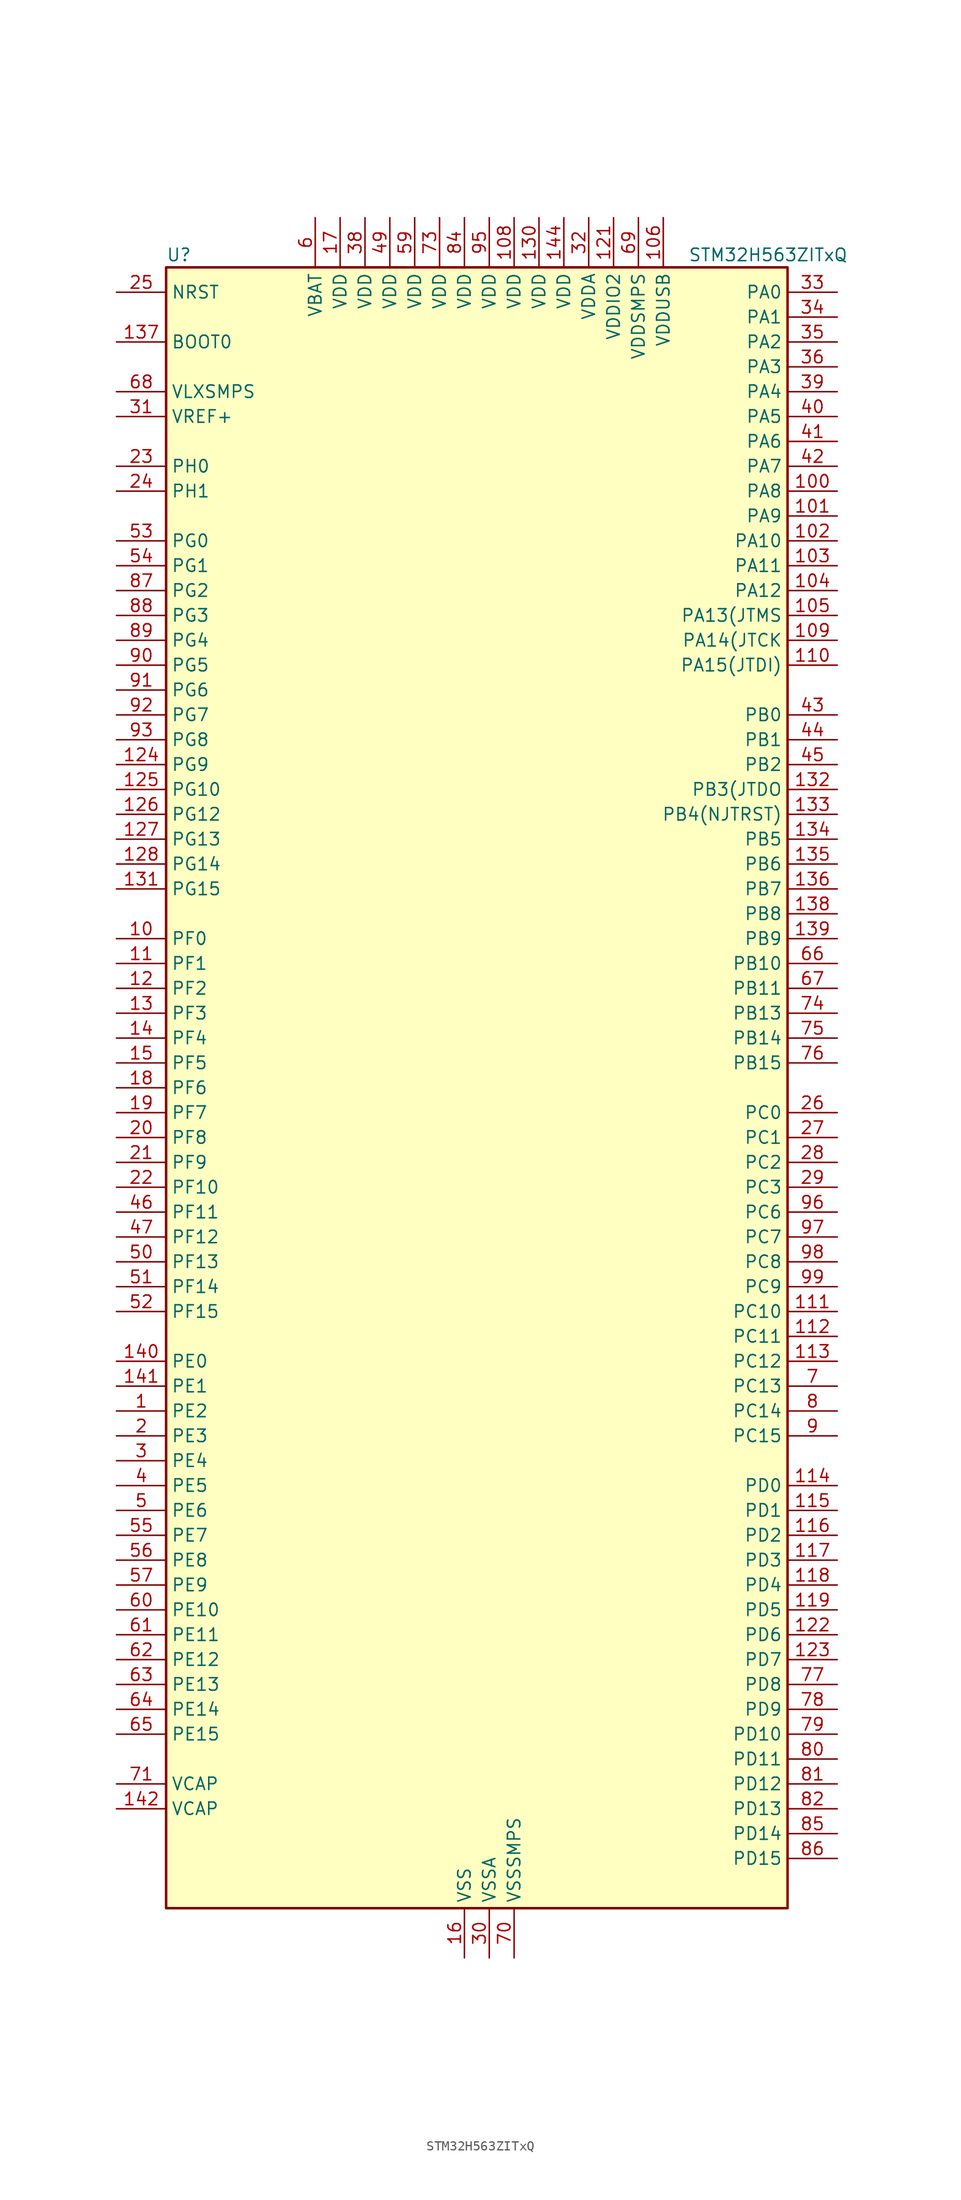
<source format=kicad_sym>
(kicad_symbol_lib
  (version 20231120)
  (generator "kicad-library-utils")
  (generator_version "8.0")
  (symbol "STM32H563ZITxQ"
    (property "Reference" "U"
      (at -30.48 85.09 0)
      (effects (font (size 1.27 1.27)) (justify left)))
    (property "Value" "STM32H563ZITxQ"
      (at 22.86 85.09 0)
      (effects (font (size 1.27 1.27)) (justify left)))
    (symbol "STM32H563ZITxQ_0_1"
      (rectangle (start -30.48 -83.82) (end 33.02 83.82) (stroke (width 0.254) (type default)) (fill (type background))))
    (symbol "STM32H563ZITxQ_1_1"
      (pin bidirectional line (at -35.56 -33.02 0) (length 5.08) (name "PE2" (effects (font (size 1.27 1.27)))) (number "1" (effects (font (size 1.27 1.27)))) (alternate "DCMI_D3" bidirectional line) (alternate "DEBUG_TRACECLK" bidirectional line) (alternate "ETH_TXD3" bidirectional line) (alternate "FMC_A23" bidirectional line) (alternate "LPTIM1_IN2" bidirectional line) (alternate "OCTOSPI1_IO2" bidirectional line) (alternate "PSSI_D3" bidirectional line) (alternate "SAI1_CK1" bidirectional line) (alternate "SAI1_MCLK_A" bidirectional line) (alternate "SPI4_SCK" bidirectional line) (alternate "UART8_TX" bidirectional line) (alternate "USART10_RX" bidirectional line))
      (pin bidirectional line (at -35.56 15.24 0) (length 5.08) (name "PF0" (effects (font (size 1.27 1.27)))) (number "10" (effects (font (size 1.27 1.27)))) (alternate "FMC_A0" bidirectional line) (alternate "I2C2_SDA" bidirectional line) (alternate "LPTIM5_CH1" bidirectional line))
      (pin bidirectional line (at 38.1 60.96 180) (length 5.08) (name "PA8" (effects (font (size 1.27 1.27)))) (number "100" (effects (font (size 1.27 1.27)))) (alternate "DCMI_D3" bidirectional line) (alternate "FMC_NOE" bidirectional line) (alternate "I2C3_SCL" bidirectional line) (alternate "PSSI_D3" bidirectional line) (alternate "RCC_MCO_1" bidirectional line) (alternate "SPI1_RDY" bidirectional line) (alternate "TIM1_CH1" bidirectional line) (alternate "TIM8_BKIN2" bidirectional line) (alternate "UART7_RX" bidirectional line) (alternate "USART1_CK" bidirectional line) (alternate "USB_SOF" bidirectional line))
      (pin bidirectional line (at 38.1 58.42 180) (length 5.08) (name "PA9" (effects (font (size 1.27 1.27)))) (number "101" (effects (font (size 1.27 1.27)))) (alternate "DAC1_EXTI9" bidirectional line) (alternate "DCMI_D0" bidirectional line) (alternate "ETH_TX_ER" bidirectional line) (alternate "FMC_NWE" bidirectional line) (alternate "I2C3_SMBA" bidirectional line) (alternate "I2S2_CK" bidirectional line) (alternate "LPUART1_TX" bidirectional line) (alternate "PSSI_D0" bidirectional line) (alternate "SPI2_SCK" bidirectional line) (alternate "TIM1_CH2" bidirectional line) (alternate "UCPD1_DB1" bidirectional line) (alternate "USART1_TX" bidirectional line))
      (pin bidirectional line (at 38.1 55.88 180) (length 5.08) (name "PA10" (effects (font (size 1.27 1.27)))) (number "102" (effects (font (size 1.27 1.27)))) (alternate "DCMI_D1" bidirectional line) (alternate "FDCAN2_TX" bidirectional line) (alternate "LPTIM2_IN2" bidirectional line) (alternate "LPUART1_RX" bidirectional line) (alternate "PSSI_D1" bidirectional line) (alternate "SDMMC1_D0" bidirectional line) (alternate "TIM1_CH3" bidirectional line) (alternate "UCPD1_FRSTX" bidirectional line) (alternate "USART1_RX" bidirectional line))
      (pin bidirectional line (at 38.1 53.34 180) (length 5.08) (name "PA11" (effects (font (size 1.27 1.27)))) (number "103" (effects (font (size 1.27 1.27)))) (alternate "ADC1_EXTI11" bidirectional line) (alternate "ADC2_EXTI11" bidirectional line) (alternate "FDCAN1_RX" bidirectional line) (alternate "I2S2_WS" bidirectional line) (alternate "LPUART1_CTS" bidirectional line) (alternate "SPI2_NSS" bidirectional line) (alternate "TIM1_CH4" bidirectional line) (alternate "UART4_RX" bidirectional line) (alternate "USART1_CTS" bidirectional line) (alternate "USART1_NSS" bidirectional line) (alternate "USB_DM" bidirectional line))
      (pin bidirectional line (at 38.1 50.8 180) (length 5.08) (name "PA12" (effects (font (size 1.27 1.27)))) (number "104" (effects (font (size 1.27 1.27)))) (alternate "FDCAN1_TX" bidirectional line) (alternate "I2S2_CK" bidirectional line) (alternate "LPUART1_RTS" bidirectional line) (alternate "SAI2_FS_B" bidirectional line) (alternate "SPI2_SCK" bidirectional line) (alternate "TIM1_ETR" bidirectional line) (alternate "UART4_TX" bidirectional line) (alternate "USART1_RTS" bidirectional line) (alternate "USB_DP" bidirectional line))
      (pin bidirectional line (at 38.1 48.26 180) (length 5.08) (name "PA13(JTMS" (effects (font (size 1.27 1.27)))) (number "105" (effects (font (size 1.27 1.27)))) (alternate "DEBUG_JTMS-SWDIO" bidirectional line))
      (pin power_in line (at 20.32 88.9 270) (length 5.08) (name "VDDUSB" (effects (font (size 1.27 1.27)))) (number "106" (effects (font (size 1.27 1.27)))))
      (pin passive line (at 0 -88.9 90) (length 5.08) hide (name "VSS" (effects (font (size 1.27 1.27)))) (number "107" (effects (font (size 1.27 1.27)))))
      (pin power_in line (at 5.08 88.9 270) (length 5.08) (name "VDD" (effects (font (size 1.27 1.27)))) (number "108" (effects (font (size 1.27 1.27)))))
      (pin bidirectional line (at 38.1 45.72 180) (length 5.08) (name "PA14(JTCK" (effects (font (size 1.27 1.27)))) (number "109" (effects (font (size 1.27 1.27)))) (alternate "DEBUG_JTCK-SWCLK" bidirectional line))
      (pin bidirectional line (at -35.56 12.7 0) (length 5.08) (name "PF1" (effects (font (size 1.27 1.27)))) (number "11" (effects (font (size 1.27 1.27)))) (alternate "FMC_A1" bidirectional line) (alternate "I2C2_SCL" bidirectional line) (alternate "LPTIM5_CH2" bidirectional line))
      (pin bidirectional line (at 38.1 43.18 180) (length 5.08) (name "PA15(JTDI)" (effects (font (size 1.27 1.27)))) (number "110" (effects (font (size 1.27 1.27)))) (alternate "ADC1_EXTI15" bidirectional line) (alternate "ADC2_EXTI15" bidirectional line) (alternate "CEC" bidirectional line) (alternate "DCMI_D11" bidirectional line) (alternate "DEBUG_JTDI" bidirectional line) (alternate "FMC_NBL1" bidirectional line) (alternate "I2S1_WS" bidirectional line) (alternate "I2S3_WS" bidirectional line) (alternate "LPTIM3_IN2" bidirectional line) (alternate "PSSI_D11" bidirectional line) (alternate "SPI1_NSS" bidirectional line) (alternate "SPI3_NSS" bidirectional line) (alternate "SPI6_NSS" bidirectional line) (alternate "TIM2_CH1" bidirectional line) (alternate "TIM2_ETR" bidirectional line) (alternate "UART4_DE" bidirectional line) (alternate "UART4_RTS" bidirectional line) (alternate "UART7_TX" bidirectional line))
      (pin bidirectional line (at 38.1 -22.86 180) (length 5.08) (name "PC10" (effects (font (size 1.27 1.27)))) (number "111" (effects (font (size 1.27 1.27)))) (alternate "DCMI_D8" bidirectional line) (alternate "ETH_TXD0" bidirectional line) (alternate "I2S3_CK" bidirectional line) (alternate "LPTIM3_ETR" bidirectional line) (alternate "OCTOSPI1_IO1" bidirectional line) (alternate "PSSI_D8" bidirectional line) (alternate "SDMMC1_D2" bidirectional line) (alternate "SPI3_SCK" bidirectional line) (alternate "UART4_TX" bidirectional line) (alternate "USART3_TX" bidirectional line))
      (pin bidirectional line (at 38.1 -25.4 180) (length 5.08) (name "PC11" (effects (font (size 1.27 1.27)))) (number "112" (effects (font (size 1.27 1.27)))) (alternate "ADC1_EXTI11" bidirectional line) (alternate "ADC2_EXTI11" bidirectional line) (alternate "DCMI_D4" bidirectional line) (alternate "I2S3_SDI" bidirectional line) (alternate "LPTIM3_IN1" bidirectional line) (alternate "OCTOSPI1_NCS" bidirectional line) (alternate "PSSI_D4" bidirectional line) (alternate "SDMMC1_D3" bidirectional line) (alternate "SPI3_MISO" bidirectional line) (alternate "UART4_RX" bidirectional line) (alternate "USART3_RX" bidirectional line))
      (pin bidirectional line (at 38.1 -27.94 180) (length 5.08) (name "PC12" (effects (font (size 1.27 1.27)))) (number "113" (effects (font (size 1.27 1.27)))) (alternate "DCMI_D9" bidirectional line) (alternate "DEBUG_TRACED3" bidirectional line) (alternate "I2S3_SDO" bidirectional line) (alternate "PSSI_D9" bidirectional line) (alternate "SDMMC1_CK" bidirectional line) (alternate "SPI3_MOSI" bidirectional line) (alternate "SPI6_SCK" bidirectional line) (alternate "TIM15_CH1" bidirectional line) (alternate "UART5_TX" bidirectional line) (alternate "USART3_CK" bidirectional line))
      (pin bidirectional line (at 38.1 -40.64 180) (length 5.08) (name "PD0" (effects (font (size 1.27 1.27)))) (number "114" (effects (font (size 1.27 1.27)))) (alternate "FDCAN1_RX" bidirectional line) (alternate "FMC_D2" bidirectional line) (alternate "FMC_DA2" bidirectional line) (alternate "TIM8_CH4N" bidirectional line) (alternate "UART4_RX" bidirectional line) (alternate "UART9_CTS" bidirectional line))
      (pin bidirectional line (at 38.1 -43.18 180) (length 5.08) (name "PD1" (effects (font (size 1.27 1.27)))) (number "115" (effects (font (size 1.27 1.27)))) (alternate "FDCAN1_TX" bidirectional line) (alternate "FMC_D3" bidirectional line) (alternate "FMC_DA3" bidirectional line) (alternate "UART4_TX" bidirectional line))
      (pin bidirectional line (at 38.1 -45.72 180) (length 5.08) (name "PD2" (effects (font (size 1.27 1.27)))) (number "116" (effects (font (size 1.27 1.27)))) (alternate "DCMI_D11" bidirectional line) (alternate "DEBUG_TRACED2" bidirectional line) (alternate "LPTIM4_ETR" bidirectional line) (alternate "PSSI_D11" bidirectional line) (alternate "PWR_WKUP7" bidirectional line) (alternate "SDMMC1_CMD" bidirectional line) (alternate "TIM15_BKIN" bidirectional line) (alternate "TIM3_ETR" bidirectional line) (alternate "UART5_RX" bidirectional line))
      (pin bidirectional line (at 38.1 -48.26 180) (length 5.08) (name "PD3" (effects (font (size 1.27 1.27)))) (number "117" (effects (font (size 1.27 1.27)))) (alternate "DCMI_D5" bidirectional line) (alternate "FMC_CLK" bidirectional line) (alternate "I2S2_CK" bidirectional line) (alternate "PSSI_D5" bidirectional line) (alternate "PWR_WKUP8" bidirectional line) (alternate "SPI2_SCK" bidirectional line) (alternate "USART2_CTS" bidirectional line) (alternate "USART2_NSS" bidirectional line))
      (pin bidirectional line (at 38.1 -50.8 180) (length 5.08) (name "PD4" (effects (font (size 1.27 1.27)))) (number "118" (effects (font (size 1.27 1.27)))) (alternate "FMC_NOE" bidirectional line) (alternate "OCTOSPI1_IO4" bidirectional line) (alternate "USART2_RTS" bidirectional line))
      (pin bidirectional line (at 38.1 -53.34 180) (length 5.08) (name "PD5" (effects (font (size 1.27 1.27)))) (number "119" (effects (font (size 1.27 1.27)))) (alternate "FDCAN1_TX" bidirectional line) (alternate "FMC_NWE" bidirectional line) (alternate "OCTOSPI1_IO5" bidirectional line) (alternate "SPI2_RDY" bidirectional line) (alternate "TIM1_CH4N" bidirectional line) (alternate "USART2_TX" bidirectional line))
      (pin bidirectional line (at -35.56 10.16 0) (length 5.08) (name "PF2" (effects (font (size 1.27 1.27)))) (number "12" (effects (font (size 1.27 1.27)))) (alternate "FMC_A2" bidirectional line) (alternate "I2C2_SMBA" bidirectional line) (alternate "LPTIM3_CH2" bidirectional line) (alternate "LPTIM3_IN2" bidirectional line) (alternate "LPTIM5_IN1" bidirectional line) (alternate "UART12_TX" bidirectional line) (alternate "USART11_CK" bidirectional line))
      (pin passive line (at 0 -88.9 90) (length 5.08) hide (name "VSS" (effects (font (size 1.27 1.27)))) (number "120" (effects (font (size 1.27 1.27)))))
      (pin power_in line (at 15.24 88.9 270) (length 5.08) (name "VDDIO2" (effects (font (size 1.27 1.27)))) (number "121" (effects (font (size 1.27 1.27)))))
      (pin bidirectional line (at 38.1 -55.88 180) (length 5.08) (name "PD6" (effects (font (size 1.27 1.27)))) (number "122" (effects (font (size 1.27 1.27)))) (alternate "DCMI_D10" bidirectional line) (alternate "FMC_NWAIT" bidirectional line) (alternate "I2S3_SDO" bidirectional line) (alternate "OCTOSPI1_IO6" bidirectional line) (alternate "PSSI_D10" bidirectional line) (alternate "SAI1_D1" bidirectional line) (alternate "SAI1_SD_A" bidirectional line) (alternate "SDMMC2_CK" bidirectional line) (alternate "SPI3_MOSI" bidirectional line) (alternate "USART2_RX" bidirectional line))
      (pin bidirectional line (at 38.1 -58.42 180) (length 5.08) (name "PD7" (effects (font (size 1.27 1.27)))) (number "123" (effects (font (size 1.27 1.27)))) (alternate "FMC_NCE" bidirectional line) (alternate "FMC_NE1" bidirectional line) (alternate "I2S1_SDO" bidirectional line) (alternate "LPTIM4_OUT" bidirectional line) (alternate "OCTOSPI1_IO7" bidirectional line) (alternate "SDMMC2_CMD" bidirectional line) (alternate "SPI1_MOSI" bidirectional line) (alternate "USART2_CK" bidirectional line))
      (pin bidirectional line (at -35.56 33.02 0) (length 5.08) (name "PG9" (effects (font (size 1.27 1.27)))) (number "124" (effects (font (size 1.27 1.27)))) (alternate "DAC1_EXTI9" bidirectional line) (alternate "DCMI_VSYNC" bidirectional line) (alternate "FMC_NCE" bidirectional line) (alternate "FMC_NE2" bidirectional line) (alternate "I2S1_SDI" bidirectional line) (alternate "OCTOSPI1_IO6" bidirectional line) (alternate "PSSI_RDY" bidirectional line) (alternate "SAI2_FS_B" bidirectional line) (alternate "SDMMC2_D0" bidirectional line) (alternate "SPI1_MISO" bidirectional line) (alternate "USART6_RX" bidirectional line))
      (pin bidirectional line (at -35.56 30.48 0) (length 5.08) (name "PG10" (effects (font (size 1.27 1.27)))) (number "125" (effects (font (size 1.27 1.27)))) (alternate "DCMI_D2" bidirectional line) (alternate "FMC_NE3" bidirectional line) (alternate "I2S1_WS" bidirectional line) (alternate "PSSI_D2" bidirectional line) (alternate "SAI2_SD_B" bidirectional line) (alternate "SDMMC2_D1" bidirectional line) (alternate "SPI1_NSS" bidirectional line))
      (pin bidirectional line (at -35.56 27.94 0) (length 5.08) (name "PG12" (effects (font (size 1.27 1.27)))) (number "126" (effects (font (size 1.27 1.27)))) (alternate "DCMI_D11" bidirectional line) (alternate "ETH_TXD1" bidirectional line) (alternate "FMC_NE4" bidirectional line) (alternate "LPTIM1_IN1" bidirectional line) (alternate "LPTIM5_CH1" bidirectional line) (alternate "PSSI_D11" bidirectional line) (alternate "PSSI_D15" bidirectional line) (alternate "SDMMC2_D3" bidirectional line) (alternate "SPI6_MISO" bidirectional line) (alternate "USART10_TX" bidirectional line) (alternate "USART6_RTS" bidirectional line))
      (pin bidirectional line (at -35.56 25.4 0) (length 5.08) (name "PG13" (effects (font (size 1.27 1.27)))) (number "127" (effects (font (size 1.27 1.27)))) (alternate "DEBUG_TRACED0" bidirectional line) (alternate "ETH_TXD0" bidirectional line) (alternate "FMC_A24" bidirectional line) (alternate "LPTIM1_CH1" bidirectional line) (alternate "LPTIM5_CH2" bidirectional line) (alternate "SDMMC2_D6" bidirectional line) (alternate "SPI6_SCK" bidirectional line) (alternate "USART10_CTS" bidirectional line) (alternate "USART10_NSS" bidirectional line) (alternate "USART6_CTS" bidirectional line) (alternate "USART6_NSS" bidirectional line))
      (pin bidirectional line (at -35.56 22.86 0) (length 5.08) (name "PG14" (effects (font (size 1.27 1.27)))) (number "128" (effects (font (size 1.27 1.27)))) (alternate "DEBUG_TRACED1" bidirectional line) (alternate "ETH_TXD1" bidirectional line) (alternate "FMC_A25" bidirectional line) (alternate "LPTIM1_CH2" bidirectional line) (alternate "LPTIM1_ETR" bidirectional line) (alternate "LPTIM5_IN1" bidirectional line) (alternate "OCTOSPI1_IO7" bidirectional line) (alternate "SDMMC2_D7" bidirectional line) (alternate "SPI6_MOSI" bidirectional line) (alternate "USART10_RTS" bidirectional line) (alternate "USART6_TX" bidirectional line))
      (pin passive line (at 0 -88.9 90) (length 5.08) hide (name "VSS" (effects (font (size 1.27 1.27)))) (number "129" (effects (font (size 1.27 1.27)))))
      (pin bidirectional line (at -35.56 7.62 0) (length 5.08) (name "PF3" (effects (font (size 1.27 1.27)))) (number "13" (effects (font (size 1.27 1.27)))) (alternate "FMC_A3" bidirectional line) (alternate "LPTIM3_IN1" bidirectional line) (alternate "LPTIM5_IN2" bidirectional line) (alternate "USART11_TX" bidirectional line))
      (pin power_in line (at 7.62 88.9 270) (length 5.08) (name "VDD" (effects (font (size 1.27 1.27)))) (number "130" (effects (font (size 1.27 1.27)))))
      (pin bidirectional line (at -35.56 20.32 0) (length 5.08) (name "PG15" (effects (font (size 1.27 1.27)))) (number "131" (effects (font (size 1.27 1.27)))) (alternate "ADC1_EXTI15" bidirectional line) (alternate "ADC2_EXTI15" bidirectional line) (alternate "DCMI_D13" bidirectional line) (alternate "FMC_SDNCAS" bidirectional line) (alternate "PSSI_D13" bidirectional line) (alternate "SPI4_RDY" bidirectional line) (alternate "USART10_CK" bidirectional line) (alternate "USART6_CTS" bidirectional line) (alternate "USART6_NSS" bidirectional line))
      (pin bidirectional line (at 38.1 30.48 180) (length 5.08) (name "PB3(JTDO" (effects (font (size 1.27 1.27)))) (number "132" (effects (font (size 1.27 1.27)))) (alternate "CRS_SYNC" bidirectional line) (alternate "DEBUG_JTDO-SWO" bidirectional line) (alternate "I2C2_SDA" bidirectional line) (alternate "I2S1_CK" bidirectional line) (alternate "I2S3_CK" bidirectional line) (alternate "LPTIM6_ETR" bidirectional line) (alternate "SDMMC2_D2" bidirectional line) (alternate "SPI1_SCK" bidirectional line) (alternate "SPI3_SCK" bidirectional line) (alternate "SPI6_SCK" bidirectional line) (alternate "TIM2_CH2" bidirectional line) (alternate "UART12_CTS" bidirectional line) (alternate "UART7_RX" bidirectional line))
      (pin bidirectional line (at 38.1 27.94 180) (length 5.08) (name "PB4(NJTRST)" (effects (font (size 1.27 1.27)))) (number "133" (effects (font (size 1.27 1.27)))) (alternate "DCMI_D7" bidirectional line) (alternate "DEBUG_JTRST" bidirectional line) (alternate "I2S1_SDI" bidirectional line) (alternate "I2S2_WS" bidirectional line) (alternate "I2S3_SDI" bidirectional line) (alternate "LPTIM1_CH2" bidirectional line) (alternate "OCTOSPI1_CLK" bidirectional line) (alternate "PSSI_D7" bidirectional line) (alternate "SDMMC2_D3" bidirectional line) (alternate "SPI1_MISO" bidirectional line) (alternate "SPI2_NSS" bidirectional line) (alternate "SPI3_MISO" bidirectional line) (alternate "SPI6_MISO" bidirectional line) (alternate "TIM16_BKIN" bidirectional line) (alternate "TIM3_CH1" bidirectional line) (alternate "UART7_TX" bidirectional line))
      (pin bidirectional line (at 38.1 25.4 180) (length 5.08) (name "PB5" (effects (font (size 1.27 1.27)))) (number "134" (effects (font (size 1.27 1.27)))) (alternate "DCMI_D10" bidirectional line) (alternate "ETH_PPS_OUT" bidirectional line) (alternate "FDCAN2_RX" bidirectional line) (alternate "FMC_SDCKE1" bidirectional line) (alternate "I2C1_SMBA" bidirectional line) (alternate "I2C4_SMBA" bidirectional line) (alternate "I2S1_SDO" bidirectional line) (alternate "I2S3_SDO" bidirectional line) (alternate "OCTOSPI1_NCLK" bidirectional line) (alternate "PSSI_D10" bidirectional line) (alternate "SPI1_MOSI" bidirectional line) (alternate "SPI3_MOSI" bidirectional line) (alternate "SPI6_MOSI" bidirectional line) (alternate "TIM17_BKIN" bidirectional line) (alternate "TIM3_CH2" bidirectional line) (alternate "UART5_RX" bidirectional line))
      (pin bidirectional line (at 38.1 22.86 180) (length 5.08) (name "PB6" (effects (font (size 1.27 1.27)))) (number "135" (effects (font (size 1.27 1.27)))) (alternate "CEC" bidirectional line) (alternate "DCMI_D5" bidirectional line) (alternate "FDCAN2_TX" bidirectional line) (alternate "FMC_SDNE1" bidirectional line) (alternate "I2C1_SCL" bidirectional line) (alternate "I2C4_SCL" bidirectional line) (alternate "I3C1_SCL" bidirectional line) (alternate "LPUART1_TX" bidirectional line) (alternate "OCTOSPI1_NCS" bidirectional line) (alternate "PSSI_D5" bidirectional line) (alternate "TIM16_CH1N" bidirectional line) (alternate "TIM4_CH1" bidirectional line) (alternate "UART5_TX" bidirectional line) (alternate "USART1_TX" bidirectional line))
      (pin bidirectional line (at 38.1 20.32 180) (length 5.08) (name "PB7" (effects (font (size 1.27 1.27)))) (number "136" (effects (font (size 1.27 1.27)))) (alternate "DCMI_VSYNC" bidirectional line) (alternate "FDCAN1_TX" bidirectional line) (alternate "FMC_NL" bidirectional line) (alternate "I2C1_SDA" bidirectional line) (alternate "I2C4_SDA" bidirectional line) (alternate "I3C1_SDA" bidirectional line) (alternate "LPUART1_RX" bidirectional line) (alternate "PSSI_RDY" bidirectional line) (alternate "PWR_WKUP5" bidirectional line) (alternate "SDMMC2_CKIN" bidirectional line) (alternate "SDMMC2_D5" bidirectional line) (alternate "TIM17_CH1N" bidirectional line) (alternate "TIM4_CH2" bidirectional line) (alternate "USART1_RX" bidirectional line))
      (pin input line (at -35.56 76.2 0) (length 5.08) (name "BOOT0" (effects (font (size 1.27 1.27)))) (number "137" (effects (font (size 1.27 1.27)))))
      (pin bidirectional line (at 38.1 17.78 180) (length 5.08) (name "PB8" (effects (font (size 1.27 1.27)))) (number "138" (effects (font (size 1.27 1.27)))) (alternate "DCMI_D6" bidirectional line) (alternate "ETH_TXD3" bidirectional line) (alternate "FDCAN1_RX" bidirectional line) (alternate "I2C1_SCL" bidirectional line) (alternate "I2C4_SCL" bidirectional line) (alternate "I3C1_SCL" bidirectional line) (alternate "PSSI_D6" bidirectional line) (alternate "SDMMC1_CKIN" bidirectional line) (alternate "SDMMC1_D4" bidirectional line) (alternate "SDMMC2_D4" bidirectional line) (alternate "SPI4_RDY" bidirectional line) (alternate "TIM16_CH1" bidirectional line) (alternate "TIM4_CH3" bidirectional line) (alternate "UART4_RX" bidirectional line))
      (pin bidirectional line (at 38.1 15.24 180) (length 5.08) (name "PB9" (effects (font (size 1.27 1.27)))) (number "139" (effects (font (size 1.27 1.27)))) (alternate "DAC1_EXTI9" bidirectional line) (alternate "DCMI_D7" bidirectional line) (alternate "FDCAN1_TX" bidirectional line) (alternate "I2C1_SDA" bidirectional line) (alternate "I2C4_SDA" bidirectional line) (alternate "I2S2_WS" bidirectional line) (alternate "I3C1_SDA" bidirectional line) (alternate "PSSI_D7" bidirectional line) (alternate "SDMMC1_CDIR" bidirectional line) (alternate "SDMMC1_D5" bidirectional line) (alternate "SDMMC2_CKIN" bidirectional line) (alternate "SDMMC2_D5" bidirectional line) (alternate "SPI2_NSS" bidirectional line) (alternate "TIM17_CH1" bidirectional line) (alternate "TIM4_CH4" bidirectional line) (alternate "UART4_TX" bidirectional line))
      (pin bidirectional line (at -35.56 5.08 0) (length 5.08) (name "PF4" (effects (font (size 1.27 1.27)))) (number "14" (effects (font (size 1.27 1.27)))) (alternate "FMC_A4" bidirectional line) (alternate "LPTIM3_ETR" bidirectional line) (alternate "USART11_RX" bidirectional line))
      (pin bidirectional line (at -35.56 -27.94 0) (length 5.08) (name "PE0" (effects (font (size 1.27 1.27)))) (number "140" (effects (font (size 1.27 1.27)))) (alternate "DCMI_D2" bidirectional line) (alternate "FDCAN1_RX" bidirectional line) (alternate "FMC_NBL0" bidirectional line) (alternate "LPTIM1_ETR" bidirectional line) (alternate "LPTIM2_CH2" bidirectional line) (alternate "LPTIM2_ETR" bidirectional line) (alternate "PSSI_D2" bidirectional line) (alternate "SAI2_MCLK_A" bidirectional line) (alternate "SPI3_RDY" bidirectional line) (alternate "TIM4_ETR" bidirectional line) (alternate "UART8_RX" bidirectional line))
      (pin bidirectional line (at -35.56 -30.48 0) (length 5.08) (name "PE1" (effects (font (size 1.27 1.27)))) (number "141" (effects (font (size 1.27 1.27)))) (alternate "DCMI_D3" bidirectional line) (alternate "FDCAN1_TX" bidirectional line) (alternate "FMC_NBL1" bidirectional line) (alternate "LPTIM1_IN2" bidirectional line) (alternate "PSSI_D3" bidirectional line) (alternate "UART8_TX" bidirectional line))
      (pin power_out line (at -35.56 -73.66 0) (length 5.08) (name "VCAP" (effects (font (size 1.27 1.27)))) (number "142" (effects (font (size 1.27 1.27)))))
      (pin passive line (at 0 -88.9 90) (length 5.08) hide (name "VSS" (effects (font (size 1.27 1.27)))) (number "143" (effects (font (size 1.27 1.27)))))
      (pin power_in line (at 10.16 88.9 270) (length 5.08) (name "VDD" (effects (font (size 1.27 1.27)))) (number "144" (effects (font (size 1.27 1.27)))))
      (pin bidirectional line (at -35.56 2.54 0) (length 5.08) (name "PF5" (effects (font (size 1.27 1.27)))) (number "15" (effects (font (size 1.27 1.27)))) (alternate "FMC_A5" bidirectional line) (alternate "I2C4_SCL" bidirectional line) (alternate "I3C1_SCL" bidirectional line) (alternate "LPTIM3_CH1" bidirectional line) (alternate "LPTIM3_IN1" bidirectional line) (alternate "UART12_RX" bidirectional line) (alternate "USART11_CTS" bidirectional line) (alternate "USART11_NSS" bidirectional line))
      (pin power_in line (at 0 -88.9 90) (length 5.08) (name "VSS" (effects (font (size 1.27 1.27)))) (number "16" (effects (font (size 1.27 1.27)))))
      (pin power_in line (at -12.7 88.9 270) (length 5.08) (name "VDD" (effects (font (size 1.27 1.27)))) (number "17" (effects (font (size 1.27 1.27)))))
      (pin bidirectional line (at -35.56 0 0) (length 5.08) (name "PF6" (effects (font (size 1.27 1.27)))) (number "18" (effects (font (size 1.27 1.27)))) (alternate "LPTIM5_CH1" bidirectional line) (alternate "OCTOSPI1_IO3" bidirectional line) (alternate "SAI1_SD_B" bidirectional line) (alternate "SPI5_NSS" bidirectional line) (alternate "TIM16_CH1" bidirectional line) (alternate "UART7_RX" bidirectional line))
      (pin bidirectional line (at -35.56 -2.54 0) (length 5.08) (name "PF7" (effects (font (size 1.27 1.27)))) (number "19" (effects (font (size 1.27 1.27)))) (alternate "LPTIM5_CH2" bidirectional line) (alternate "OCTOSPI1_IO2" bidirectional line) (alternate "SAI1_MCLK_B" bidirectional line) (alternate "SPI5_SCK" bidirectional line) (alternate "TIM17_CH1" bidirectional line) (alternate "UART7_TX" bidirectional line))
      (pin bidirectional line (at -35.56 -35.56 0) (length 5.08) (name "PE3" (effects (font (size 1.27 1.27)))) (number "2" (effects (font (size 1.27 1.27)))) (alternate "DEBUG_TRACED0" bidirectional line) (alternate "FMC_A19" bidirectional line) (alternate "SAI1_SD_B" bidirectional line) (alternate "TAMP_IN6" bidirectional line) (alternate "TAMP_OUT3" bidirectional line) (alternate "TIM15_BKIN" bidirectional line) (alternate "USART10_TX" bidirectional line))
      (pin bidirectional line (at -35.56 -5.08 0) (length 5.08) (name "PF8" (effects (font (size 1.27 1.27)))) (number "20" (effects (font (size 1.27 1.27)))) (alternate "LPTIM5_IN1" bidirectional line) (alternate "OCTOSPI1_IO0" bidirectional line) (alternate "SAI1_SCK_B" bidirectional line) (alternate "SPI5_MISO" bidirectional line) (alternate "TIM13_CH1" bidirectional line) (alternate "TIM16_CH1N" bidirectional line) (alternate "UART7_RTS" bidirectional line))
      (pin bidirectional line (at -35.56 -7.62 0) (length 5.08) (name "PF9" (effects (font (size 1.27 1.27)))) (number "21" (effects (font (size 1.27 1.27)))) (alternate "DAC1_EXTI9" bidirectional line) (alternate "LPTIM5_IN2" bidirectional line) (alternate "OCTOSPI1_IO1" bidirectional line) (alternate "SAI1_FS_B" bidirectional line) (alternate "SPI5_MOSI" bidirectional line) (alternate "TIM14_CH1" bidirectional line) (alternate "TIM17_CH1N" bidirectional line) (alternate "UART7_CTS" bidirectional line))
      (pin bidirectional line (at -35.56 -10.16 0) (length 5.08) (name "PF10" (effects (font (size 1.27 1.27)))) (number "22" (effects (font (size 1.27 1.27)))) (alternate "DCMI_D11" bidirectional line) (alternate "OCTOSPI1_CLK" bidirectional line) (alternate "PSSI_D11" bidirectional line) (alternate "PSSI_D15" bidirectional line) (alternate "SAI1_D3" bidirectional line) (alternate "TIM16_BKIN" bidirectional line))
      (pin bidirectional line (at -35.56 63.5 0) (length 5.08) (name "PH0" (effects (font (size 1.27 1.27)))) (number "23" (effects (font (size 1.27 1.27)))) (alternate "RCC_OSC_IN" bidirectional line))
      (pin bidirectional line (at -35.56 60.96 0) (length 5.08) (name "PH1" (effects (font (size 1.27 1.27)))) (number "24" (effects (font (size 1.27 1.27)))) (alternate "RCC_OSC_OUT" bidirectional line))
      (pin input line (at -35.56 81.28 0) (length 5.08) (name "NRST" (effects (font (size 1.27 1.27)))) (number "25" (effects (font (size 1.27 1.27)))))
      (pin bidirectional line (at 38.1 -2.54 180) (length 5.08) (name "PC0" (effects (font (size 1.27 1.27)))) (number "26" (effects (font (size 1.27 1.27)))) (alternate "ADC1_INP10" bidirectional line) (alternate "ADC2_INP10" bidirectional line) (alternate "FMC_A25" bidirectional line) (alternate "FMC_SDNWE" bidirectional line) (alternate "OCTOSPI1_IO7" bidirectional line) (alternate "SAI1_MCLK_A" bidirectional line) (alternate "SAI2_FS_B" bidirectional line) (alternate "SPI2_RDY" bidirectional line) (alternate "TIM16_BKIN" bidirectional line))
      (pin bidirectional line (at 38.1 -5.08 180) (length 5.08) (name "PC1" (effects (font (size 1.27 1.27)))) (number "27" (effects (font (size 1.27 1.27)))) (alternate "ADC1_INN10" bidirectional line) (alternate "ADC1_INP11" bidirectional line) (alternate "ADC2_INN10" bidirectional line) (alternate "ADC2_INP11" bidirectional line) (alternate "DEBUG_TRACED0" bidirectional line) (alternate "ETH_MDC" bidirectional line) (alternate "I2S2_SDO" bidirectional line) (alternate "OCTOSPI1_IO4" bidirectional line) (alternate "PWR_WKUP6" bidirectional line) (alternate "SAI1_D1" bidirectional line) (alternate "SAI1_SD_A" bidirectional line) (alternate "SAI2_SD_A" bidirectional line) (alternate "SDMMC2_CK" bidirectional line) (alternate "SPI2_MOSI" bidirectional line) (alternate "TAMP_IN3" bidirectional line) (alternate "TAMP_OUT5" bidirectional line) (alternate "USART11_RTS" bidirectional line))
      (pin bidirectional line (at 38.1 -7.62 180) (length 5.08) (name "PC2" (effects (font (size 1.27 1.27)))) (number "28" (effects (font (size 1.27 1.27)))) (alternate "ADC1_INN11" bidirectional line) (alternate "ADC1_INP12" bidirectional line) (alternate "ADC2_INN11" bidirectional line) (alternate "ADC2_INP12" bidirectional line) (alternate "ETH_TXD2" bidirectional line) (alternate "FMC_SDNE0" bidirectional line) (alternate "I2S2_SDI" bidirectional line) (alternate "OCTOSPI1_IO2" bidirectional line) (alternate "OCTOSPI1_IO5" bidirectional line) (alternate "PWR_CSLEEP" bidirectional line) (alternate "SPI2_MISO" bidirectional line) (alternate "TIM17_CH1" bidirectional line) (alternate "TIM4_CH4" bidirectional line))
      (pin bidirectional line (at 38.1 -10.16 180) (length 5.08) (name "PC3" (effects (font (size 1.27 1.27)))) (number "29" (effects (font (size 1.27 1.27)))) (alternate "ADC1_INN12" bidirectional line) (alternate "ADC1_INP13" bidirectional line) (alternate "ADC2_INN12" bidirectional line) (alternate "ADC2_INP13" bidirectional line) (alternate "ETH_TX_CLK" bidirectional line) (alternate "FMC_SDCKE0" bidirectional line) (alternate "I2S2_SDO" bidirectional line) (alternate "LPTIM3_CH1" bidirectional line) (alternate "OCTOSPI1_IO0" bidirectional line) (alternate "OCTOSPI1_IO6" bidirectional line) (alternate "PWR_CSTOP" bidirectional line) (alternate "SAI1_D3" bidirectional line) (alternate "SPI2_MOSI" bidirectional line))
      (pin bidirectional line (at -35.56 -38.1 0) (length 5.08) (name "PE4" (effects (font (size 1.27 1.27)))) (number "3" (effects (font (size 1.27 1.27)))) (alternate "DCMI_D4" bidirectional line) (alternate "DEBUG_TRACED1" bidirectional line) (alternate "FMC_A20" bidirectional line) (alternate "PSSI_D4" bidirectional line) (alternate "SAI1_D2" bidirectional line) (alternate "SAI1_FS_A" bidirectional line) (alternate "SPI4_NSS" bidirectional line) (alternate "TAMP_IN7" bidirectional line) (alternate "TAMP_OUT8" bidirectional line) (alternate "TIM15_CH1N" bidirectional line))
      (pin power_in line (at 2.54 -88.9 90) (length 5.08) (name "VSSA" (effects (font (size 1.27 1.27)))) (number "30" (effects (font (size 1.27 1.27)))))
      (pin input line (at -35.56 68.58 0) (length 5.08) (name "VREF+" (effects (font (size 1.27 1.27)))) (number "31" (effects (font (size 1.27 1.27)))))
      (pin power_in line (at 12.7 88.9 270) (length 5.08) (name "VDDA" (effects (font (size 1.27 1.27)))) (number "32" (effects (font (size 1.27 1.27)))))
      (pin bidirectional line (at 38.1 81.28 180) (length 5.08) (name "PA0" (effects (font (size 1.27 1.27)))) (number "33" (effects (font (size 1.27 1.27)))) (alternate "ADC1_INN1" bidirectional line) (alternate "ADC1_INP0" bidirectional line) (alternate "ADC2_INN1" bidirectional line) (alternate "ADC2_INP0" bidirectional line) (alternate "ETH_CRS" bidirectional line) (alternate "PWR_WKUP1" bidirectional line) (alternate "SAI2_SD_B" bidirectional line) (alternate "SDMMC2_CMD" bidirectional line) (alternate "SPI3_RDY" bidirectional line) (alternate "SPI6_NSS" bidirectional line) (alternate "TAMP_IN2" bidirectional line) (alternate "TAMP_OUT1" bidirectional line) (alternate "TIM15_BKIN" bidirectional line) (alternate "TIM2_CH1" bidirectional line) (alternate "TIM2_ETR" bidirectional line) (alternate "TIM5_CH1" bidirectional line) (alternate "TIM8_ETR" bidirectional line) (alternate "UART4_TX" bidirectional line) (alternate "USART2_CTS" bidirectional line) (alternate "USART2_NSS" bidirectional line))
      (pin bidirectional line (at 38.1 78.74 180) (length 5.08) (name "PA1" (effects (font (size 1.27 1.27)))) (number "34" (effects (font (size 1.27 1.27)))) (alternate "ADC1_INP1" bidirectional line) (alternate "ADC2_INP1" bidirectional line) (alternate "ETH_REF_CLK" bidirectional line) (alternate "ETH_RX_CLK" bidirectional line) (alternate "LPTIM1_IN1" bidirectional line) (alternate "OCTOSPI1_DQS" bidirectional line) (alternate "OCTOSPI1_IO3" bidirectional line) (alternate "SAI2_MCLK_B" bidirectional line) (alternate "TAMP_IN5" bidirectional line) (alternate "TAMP_OUT4" bidirectional line) (alternate "TIM15_CH1N" bidirectional line) (alternate "TIM2_CH2" bidirectional line) (alternate "TIM5_CH2" bidirectional line) (alternate "UART4_RX" bidirectional line) (alternate "USART2_RTS" bidirectional line))
      (pin bidirectional line (at 38.1 76.2 180) (length 5.08) (name "PA2" (effects (font (size 1.27 1.27)))) (number "35" (effects (font (size 1.27 1.27)))) (alternate "ADC1_INP14" bidirectional line) (alternate "ADC2_INP14" bidirectional line) (alternate "ETH_MDIO" bidirectional line) (alternate "LPTIM1_IN2" bidirectional line) (alternate "PWR_WKUP2" bidirectional line) (alternate "SAI2_SCK_B" bidirectional line) (alternate "TAMP_IN4" bidirectional line) (alternate "TAMP_OUT3" bidirectional line) (alternate "TIM15_CH1" bidirectional line) (alternate "TIM2_CH3" bidirectional line) (alternate "TIM5_CH3" bidirectional line) (alternate "USART2_TX" bidirectional line))
      (pin bidirectional line (at 38.1 73.66 180) (length 5.08) (name "PA3" (effects (font (size 1.27 1.27)))) (number "36" (effects (font (size 1.27 1.27)))) (alternate "ADC1_INP15" bidirectional line) (alternate "ADC2_INP15" bidirectional line) (alternate "ETH_COL" bidirectional line) (alternate "I2S2_WS" bidirectional line) (alternate "OCTOSPI1_CLK" bidirectional line) (alternate "SAI1_SD_B" bidirectional line) (alternate "SPI2_NSS" bidirectional line) (alternate "TIM15_CH2" bidirectional line) (alternate "TIM2_CH4" bidirectional line) (alternate "TIM5_CH4" bidirectional line) (alternate "USART2_RX" bidirectional line))
      (pin passive line (at 0 -88.9 90) (length 5.08) hide (name "VSS" (effects (font (size 1.27 1.27)))) (number "37" (effects (font (size 1.27 1.27)))))
      (pin power_in line (at -10.16 88.9 270) (length 5.08) (name "VDD" (effects (font (size 1.27 1.27)))) (number "38" (effects (font (size 1.27 1.27)))))
      (pin bidirectional line (at 38.1 71.12 180) (length 5.08) (name "PA4" (effects (font (size 1.27 1.27)))) (number "39" (effects (font (size 1.27 1.27)))) (alternate "ADC1_INP18" bidirectional line) (alternate "ADC2_INP18" bidirectional line) (alternate "DAC1_OUT1" bidirectional line) (alternate "DCMI_HSYNC" bidirectional line) (alternate "I2S1_WS" bidirectional line) (alternate "I2S3_WS" bidirectional line) (alternate "LPTIM2_CH1" bidirectional line) (alternate "PSSI_DE" bidirectional line) (alternate "SPI1_NSS" bidirectional line) (alternate "SPI3_NSS" bidirectional line) (alternate "SPI6_NSS" bidirectional line) (alternate "TIM5_ETR" bidirectional line) (alternate "USART2_CK" bidirectional line))
      (pin bidirectional line (at -35.56 -40.64 0) (length 5.08) (name "PE5" (effects (font (size 1.27 1.27)))) (number "4" (effects (font (size 1.27 1.27)))) (alternate "DCMI_D6" bidirectional line) (alternate "DEBUG_TRACED2" bidirectional line) (alternate "FMC_A21" bidirectional line) (alternate "PSSI_D6" bidirectional line) (alternate "SAI1_CK2" bidirectional line) (alternate "SAI1_SCK_A" bidirectional line) (alternate "SPI4_MISO" bidirectional line) (alternate "TAMP_IN8" bidirectional line) (alternate "TAMP_OUT7" bidirectional line) (alternate "TIM15_CH1" bidirectional line))
      (pin bidirectional line (at 38.1 68.58 180) (length 5.08) (name "PA5" (effects (font (size 1.27 1.27)))) (number "40" (effects (font (size 1.27 1.27)))) (alternate "ADC1_INN18" bidirectional line) (alternate "ADC1_INP19" bidirectional line) (alternate "ADC2_INN18" bidirectional line) (alternate "ADC2_INP19" bidirectional line) (alternate "DAC1_OUT2" bidirectional line) (alternate "ETH_TX_EN" bidirectional line) (alternate "I2S1_CK" bidirectional line) (alternate "PSSI_D14" bidirectional line) (alternate "SPI1_SCK" bidirectional line) (alternate "SPI6_SCK" bidirectional line) (alternate "TIM2_CH1" bidirectional line) (alternate "TIM2_ETR" bidirectional line) (alternate "TIM8_CH1N" bidirectional line))
      (pin bidirectional line (at 38.1 66.04 180) (length 5.08) (name "PA6" (effects (font (size 1.27 1.27)))) (number "41" (effects (font (size 1.27 1.27)))) (alternate "ADC1_INP3" bidirectional line) (alternate "ADC2_INP3" bidirectional line) (alternate "DCMI_PIXCLK" bidirectional line) (alternate "I2S1_SDI" bidirectional line) (alternate "OCTOSPI1_IO3" bidirectional line) (alternate "PSSI_PDCK" bidirectional line) (alternate "SPI1_MISO" bidirectional line) (alternate "SPI6_MISO" bidirectional line) (alternate "TIM13_CH1" bidirectional line) (alternate "TIM1_BKIN" bidirectional line) (alternate "TIM3_CH1" bidirectional line) (alternate "TIM8_BKIN" bidirectional line) (alternate "USART11_TX" bidirectional line))
      (pin bidirectional line (at 38.1 63.5 180) (length 5.08) (name "PA7" (effects (font (size 1.27 1.27)))) (number "42" (effects (font (size 1.27 1.27)))) (alternate "ADC1_INN3" bidirectional line) (alternate "ADC1_INP7" bidirectional line) (alternate "ADC2_INN3" bidirectional line) (alternate "ADC2_INP7" bidirectional line) (alternate "ETH_CRS_DV" bidirectional line) (alternate "ETH_RX_DV" bidirectional line) (alternate "FMC_NWE" bidirectional line) (alternate "FMC_SDNWE" bidirectional line) (alternate "I2S1_SDO" bidirectional line) (alternate "OCTOSPI1_IO2" bidirectional line) (alternate "SPI1_MOSI" bidirectional line) (alternate "SPI6_MOSI" bidirectional line) (alternate "TIM14_CH1" bidirectional line) (alternate "TIM1_CH1N" bidirectional line) (alternate "TIM3_CH2" bidirectional line) (alternate "TIM8_CH1N" bidirectional line) (alternate "USART11_RX" bidirectional line))
      (pin bidirectional line (at 38.1 38.1 180) (length 5.08) (name "PB0" (effects (font (size 1.27 1.27)))) (number "43" (effects (font (size 1.27 1.27)))) (alternate "ADC1_INN5" bidirectional line) (alternate "ADC1_INP9" bidirectional line) (alternate "ADC2_INN5" bidirectional line) (alternate "ADC2_INP9" bidirectional line) (alternate "ETH_RXD2" bidirectional line) (alternate "LPTIM3_CH1" bidirectional line) (alternate "OCTOSPI1_IO1" bidirectional line) (alternate "TIM1_CH2N" bidirectional line) (alternate "TIM3_CH3" bidirectional line) (alternate "TIM8_CH2N" bidirectional line) (alternate "UART4_CTS" bidirectional line) (alternate "USART11_CK" bidirectional line))
      (pin bidirectional line (at 38.1 35.56 180) (length 5.08) (name "PB1" (effects (font (size 1.27 1.27)))) (number "44" (effects (font (size 1.27 1.27)))) (alternate "ADC1_INP5" bidirectional line) (alternate "ADC2_INP5" bidirectional line) (alternate "ETH_RXD3" bidirectional line) (alternate "LPTIM3_CH2" bidirectional line) (alternate "OCTOSPI1_IO0" bidirectional line) (alternate "TIM1_CH3N" bidirectional line) (alternate "TIM3_CH4" bidirectional line) (alternate "TIM8_CH3N" bidirectional line))
      (pin bidirectional line (at 38.1 33.02 180) (length 5.08) (name "PB2" (effects (font (size 1.27 1.27)))) (number "45" (effects (font (size 1.27 1.27)))) (alternate "I2S3_SDO" bidirectional line) (alternate "LPTIM1_CH1" bidirectional line) (alternate "LPTIM5_ETR" bidirectional line) (alternate "OCTOSPI1_CLK" bidirectional line) (alternate "OCTOSPI1_DQS" bidirectional line) (alternate "RCC_LSCO" bidirectional line) (alternate "RTC_OUT2" bidirectional line) (alternate "SAI1_D1" bidirectional line) (alternate "SAI1_SD_A" bidirectional line) (alternate "SDMMC1_CMD" bidirectional line) (alternate "SPI1_RDY" bidirectional line) (alternate "SPI3_MOSI" bidirectional line) (alternate "TIM8_CH4N" bidirectional line))
      (pin bidirectional line (at -35.56 -12.7 0) (length 5.08) (name "PF11" (effects (font (size 1.27 1.27)))) (number "46" (effects (font (size 1.27 1.27)))) (alternate "ADC1_EXTI11" bidirectional line) (alternate "ADC1_INP2" bidirectional line) (alternate "ADC2_EXTI11" bidirectional line) (alternate "DCMI_D12" bidirectional line) (alternate "FMC_SDNRAS" bidirectional line) (alternate "LPTIM6_CH1" bidirectional line) (alternate "OCTOSPI1_NCLK" bidirectional line) (alternate "PSSI_D12" bidirectional line) (alternate "SAI2_SD_B" bidirectional line) (alternate "SPI5_MOSI" bidirectional line))
      (pin bidirectional line (at -35.56 -15.24 0) (length 5.08) (name "PF12" (effects (font (size 1.27 1.27)))) (number "47" (effects (font (size 1.27 1.27)))) (alternate "ADC1_INN2" bidirectional line) (alternate "ADC1_INP6" bidirectional line) (alternate "FMC_A6" bidirectional line) (alternate "LPTIM6_CH2" bidirectional line))
      (pin passive line (at 0 -88.9 90) (length 5.08) hide (name "VSS" (effects (font (size 1.27 1.27)))) (number "48" (effects (font (size 1.27 1.27)))))
      (pin power_in line (at -7.62 88.9 270) (length 5.08) (name "VDD" (effects (font (size 1.27 1.27)))) (number "49" (effects (font (size 1.27 1.27)))))
      (pin bidirectional line (at -35.56 -43.18 0) (length 5.08) (name "PE6" (effects (font (size 1.27 1.27)))) (number "5" (effects (font (size 1.27 1.27)))) (alternate "DCMI_D7" bidirectional line) (alternate "DEBUG_TRACED3" bidirectional line) (alternate "FMC_A22" bidirectional line) (alternate "PSSI_D7" bidirectional line) (alternate "SAI1_D1" bidirectional line) (alternate "SAI1_SD_A" bidirectional line) (alternate "SAI2_MCLK_B" bidirectional line) (alternate "SPI4_MOSI" bidirectional line) (alternate "TAMP_IN3" bidirectional line) (alternate "TAMP_OUT6" bidirectional line) (alternate "TIM15_CH2" bidirectional line) (alternate "TIM1_BKIN2" bidirectional line))
      (pin bidirectional line (at -35.56 -17.78 0) (length 5.08) (name "PF13" (effects (font (size 1.27 1.27)))) (number "50" (effects (font (size 1.27 1.27)))) (alternate "ADC2_INP2" bidirectional line) (alternate "FMC_A7" bidirectional line) (alternate "I2C4_SMBA" bidirectional line) (alternate "LPTIM6_IN1" bidirectional line))
      (pin bidirectional line (at -35.56 -20.32 0) (length 5.08) (name "PF14" (effects (font (size 1.27 1.27)))) (number "51" (effects (font (size 1.27 1.27)))) (alternate "ADC2_INN2" bidirectional line) (alternate "ADC2_INP6" bidirectional line) (alternate "FMC_A8" bidirectional line) (alternate "LPTIM6_IN2" bidirectional line))
      (pin bidirectional line (at -35.56 -22.86 0) (length 5.08) (name "PF15" (effects (font (size 1.27 1.27)))) (number "52" (effects (font (size 1.27 1.27)))) (alternate "ADC1_EXTI15" bidirectional line) (alternate "ADC2_EXTI15" bidirectional line) (alternate "FMC_A9" bidirectional line) (alternate "I2C4_SDA" bidirectional line) (alternate "I3C1_SDA" bidirectional line))
      (pin bidirectional line (at -35.56 55.88 0) (length 5.08) (name "PG0" (effects (font (size 1.27 1.27)))) (number "53" (effects (font (size 1.27 1.27)))) (alternate "FMC_A10" bidirectional line) (alternate "LPTIM4_IN1" bidirectional line) (alternate "UART9_RX" bidirectional line))
      (pin bidirectional line (at -35.56 53.34 0) (length 5.08) (name "PG1" (effects (font (size 1.27 1.27)))) (number "54" (effects (font (size 1.27 1.27)))) (alternate "FMC_A11" bidirectional line) (alternate "I2S2_SDO" bidirectional line) (alternate "SPI2_MOSI" bidirectional line) (alternate "UART9_TX" bidirectional line))
      (pin bidirectional line (at -35.56 -45.72 0) (length 5.08) (name "PE7" (effects (font (size 1.27 1.27)))) (number "55" (effects (font (size 1.27 1.27)))) (alternate "FMC_D4" bidirectional line) (alternate "FMC_DA4" bidirectional line) (alternate "OCTOSPI1_IO4" bidirectional line) (alternate "TIM1_ETR" bidirectional line) (alternate "UART12_RTS" bidirectional line) (alternate "UART7_RX" bidirectional line))
      (pin bidirectional line (at -35.56 -48.26 0) (length 5.08) (name "PE8" (effects (font (size 1.27 1.27)))) (number "56" (effects (font (size 1.27 1.27)))) (alternate "FMC_D5" bidirectional line) (alternate "FMC_DA5" bidirectional line) (alternate "OCTOSPI1_IO5" bidirectional line) (alternate "TIM1_CH1N" bidirectional line) (alternate "UART12_CTS" bidirectional line) (alternate "UART7_TX" bidirectional line))
      (pin bidirectional line (at -35.56 -50.8 0) (length 5.08) (name "PE9" (effects (font (size 1.27 1.27)))) (number "57" (effects (font (size 1.27 1.27)))) (alternate "DAC1_EXTI9" bidirectional line) (alternate "FMC_D6" bidirectional line) (alternate "FMC_DA6" bidirectional line) (alternate "OCTOSPI1_IO6" bidirectional line) (alternate "TIM1_CH1" bidirectional line) (alternate "UART12_RX" bidirectional line) (alternate "UART7_RTS" bidirectional line))
      (pin passive line (at 0 -88.9 90) (length 5.08) hide (name "VSS" (effects (font (size 1.27 1.27)))) (number "58" (effects (font (size 1.27 1.27)))))
      (pin power_in line (at -5.08 88.9 270) (length 5.08) (name "VDD" (effects (font (size 1.27 1.27)))) (number "59" (effects (font (size 1.27 1.27)))))
      (pin power_in line (at -15.24 88.9 270) (length 5.08) (name "VBAT" (effects (font (size 1.27 1.27)))) (number "6" (effects (font (size 1.27 1.27)))))
      (pin bidirectional line (at -35.56 -53.34 0) (length 5.08) (name "PE10" (effects (font (size 1.27 1.27)))) (number "60" (effects (font (size 1.27 1.27)))) (alternate "FMC_D7" bidirectional line) (alternate "FMC_DA7" bidirectional line) (alternate "OCTOSPI1_IO7" bidirectional line) (alternate "TIM1_CH2N" bidirectional line) (alternate "UART12_TX" bidirectional line) (alternate "UART7_CTS" bidirectional line))
      (pin bidirectional line (at -35.56 -55.88 0) (length 5.08) (name "PE11" (effects (font (size 1.27 1.27)))) (number "61" (effects (font (size 1.27 1.27)))) (alternate "ADC1_EXTI11" bidirectional line) (alternate "ADC2_EXTI11" bidirectional line) (alternate "FMC_D8" bidirectional line) (alternate "FMC_DA8" bidirectional line) (alternate "OCTOSPI1_NCS" bidirectional line) (alternate "SAI2_SD_B" bidirectional line) (alternate "SPI1_RDY" bidirectional line) (alternate "SPI4_NSS" bidirectional line) (alternate "TIM1_CH2" bidirectional line))
      (pin bidirectional line (at -35.56 -58.42 0) (length 5.08) (name "PE12" (effects (font (size 1.27 1.27)))) (number "62" (effects (font (size 1.27 1.27)))) (alternate "FMC_D9" bidirectional line) (alternate "FMC_DA9" bidirectional line) (alternate "SAI2_SCK_B" bidirectional line) (alternate "SPI4_SCK" bidirectional line) (alternate "TIM1_CH3N" bidirectional line))
      (pin bidirectional line (at -35.56 -60.96 0) (length 5.08) (name "PE13" (effects (font (size 1.27 1.27)))) (number "63" (effects (font (size 1.27 1.27)))) (alternate "FMC_D10" bidirectional line) (alternate "FMC_DA10" bidirectional line) (alternate "SAI2_FS_B" bidirectional line) (alternate "SPI4_MISO" bidirectional line) (alternate "TIM1_CH3" bidirectional line))
      (pin bidirectional line (at -35.56 -63.5 0) (length 5.08) (name "PE14" (effects (font (size 1.27 1.27)))) (number "64" (effects (font (size 1.27 1.27)))) (alternate "FMC_D11" bidirectional line) (alternate "FMC_DA11" bidirectional line) (alternate "SAI2_MCLK_B" bidirectional line) (alternate "SPI4_MOSI" bidirectional line) (alternate "TIM1_CH4" bidirectional line))
      (pin bidirectional line (at -35.56 -66.04 0) (length 5.08) (name "PE15" (effects (font (size 1.27 1.27)))) (number "65" (effects (font (size 1.27 1.27)))) (alternate "ADC1_EXTI15" bidirectional line) (alternate "ADC2_EXTI15" bidirectional line) (alternate "FMC_D12" bidirectional line) (alternate "FMC_DA12" bidirectional line) (alternate "TIM1_BKIN" bidirectional line) (alternate "TIM1_CH4N" bidirectional line) (alternate "USART10_CK" bidirectional line))
      (pin bidirectional line (at 38.1 12.7 180) (length 5.08) (name "PB10" (effects (font (size 1.27 1.27)))) (number "66" (effects (font (size 1.27 1.27)))) (alternate "ETH_RX_ER" bidirectional line) (alternate "I2C2_SCL" bidirectional line) (alternate "I2S2_CK" bidirectional line) (alternate "LPTIM2_IN1" bidirectional line) (alternate "LPTIM3_CH1" bidirectional line) (alternate "OCTOSPI1_NCS" bidirectional line) (alternate "SPI2_SCK" bidirectional line) (alternate "TIM2_CH3" bidirectional line) (alternate "USART3_TX" bidirectional line))
      (pin bidirectional line (at 38.1 10.16 180) (length 5.08) (name "PB11" (effects (font (size 1.27 1.27)))) (number "67" (effects (font (size 1.27 1.27)))) (alternate "ADC1_EXTI11" bidirectional line) (alternate "ADC2_EXTI11" bidirectional line) (alternate "ETH_TX_EN" bidirectional line) (alternate "FMC_NBL1" bidirectional line) (alternate "I2C2_SDA" bidirectional line) (alternate "LPTIM2_ETR" bidirectional line) (alternate "SPI2_RDY" bidirectional line) (alternate "SPI4_RDY" bidirectional line) (alternate "TIM2_CH4" bidirectional line) (alternate "USART3_RX" bidirectional line))
      (pin power_in line (at -35.56 71.12 0) (length 5.08) (name "VLXSMPS" (effects (font (size 1.27 1.27)))) (number "68" (effects (font (size 1.27 1.27)))))
      (pin power_in line (at 17.78 88.9 270) (length 5.08) (name "VDDSMPS" (effects (font (size 1.27 1.27)))) (number "69" (effects (font (size 1.27 1.27)))))
      (pin bidirectional line (at 38.1 -30.48 180) (length 5.08) (name "PC13" (effects (font (size 1.27 1.27)))) (number "7" (effects (font (size 1.27 1.27)))) (alternate "PWR_WKUP4" bidirectional line) (alternate "RTC_OUT1" bidirectional line) (alternate "RTC_TS" bidirectional line) (alternate "TAMP_IN1" bidirectional line) (alternate "TAMP_OUT2" bidirectional line) (alternate "TAMP_OUT3" bidirectional line))
      (pin power_in line (at 5.08 -88.9 90) (length 5.08) (name "VSSSMPS" (effects (font (size 1.27 1.27)))) (number "70" (effects (font (size 1.27 1.27)))))
      (pin power_out line (at -35.56 -71.12 0) (length 5.08) (name "VCAP" (effects (font (size 1.27 1.27)))) (number "71" (effects (font (size 1.27 1.27)))))
      (pin passive line (at 0 -88.9 90) (length 5.08) hide (name "VSS" (effects (font (size 1.27 1.27)))) (number "72" (effects (font (size 1.27 1.27)))))
      (pin power_in line (at -2.54 88.9 270) (length 5.08) (name "VDD" (effects (font (size 1.27 1.27)))) (number "73" (effects (font (size 1.27 1.27)))))
      (pin bidirectional line (at 38.1 7.62 180) (length 5.08) (name "PB13" (effects (font (size 1.27 1.27)))) (number "74" (effects (font (size 1.27 1.27)))) (alternate "FDCAN2_TX" bidirectional line) (alternate "I2C2_SMBA" bidirectional line) (alternate "I2S2_CK" bidirectional line) (alternate "LPTIM2_CH1" bidirectional line) (alternate "LPTIM3_IN1" bidirectional line) (alternate "SDMMC1_D0" bidirectional line) (alternate "SPI2_SCK" bidirectional line) (alternate "TIM1_CH1N" bidirectional line) (alternate "UART5_TX" bidirectional line) (alternate "UCPD1_CC1" bidirectional line) (alternate "USART3_CTS" bidirectional line) (alternate "USART3_NSS" bidirectional line))
      (pin bidirectional line (at 38.1 5.08 180) (length 5.08) (name "PB14" (effects (font (size 1.27 1.27)))) (number "75" (effects (font (size 1.27 1.27)))) (alternate "I2S2_SDI" bidirectional line) (alternate "LPTIM3_ETR" bidirectional line) (alternate "SDMMC2_D0" bidirectional line) (alternate "SPI2_MISO" bidirectional line) (alternate "TIM12_CH1" bidirectional line) (alternate "TIM1_CH2N" bidirectional line) (alternate "TIM8_CH2N" bidirectional line) (alternate "UART4_DE" bidirectional line) (alternate "UART4_RTS" bidirectional line) (alternate "UCPD1_CC2" bidirectional line) (alternate "USART1_TX" bidirectional line) (alternate "USART3_RTS" bidirectional line))
      (pin bidirectional line (at 38.1 2.54 180) (length 5.08) (name "PB15" (effects (font (size 1.27 1.27)))) (number "76" (effects (font (size 1.27 1.27)))) (alternate "ADC1_EXTI15" bidirectional line) (alternate "ADC2_EXTI15" bidirectional line) (alternate "DCMI_D2" bidirectional line) (alternate "ETH_TXD1" bidirectional line) (alternate "I2S2_SDO" bidirectional line) (alternate "OCTOSPI1_CLK" bidirectional line) (alternate "PSSI_D2" bidirectional line) (alternate "PWR_PVD_IN" bidirectional line) (alternate "RTC_REFIN" bidirectional line) (alternate "SDMMC2_D1" bidirectional line) (alternate "SPI2_MOSI" bidirectional line) (alternate "TIM12_CH2" bidirectional line) (alternate "TIM1_CH3N" bidirectional line) (alternate "TIM8_CH3N" bidirectional line) (alternate "UART4_CTS" bidirectional line) (alternate "UART5_RX" bidirectional line) (alternate "USART11_CTS" bidirectional line) (alternate "USART11_NSS" bidirectional line) (alternate "USART1_RX" bidirectional line))
      (pin bidirectional line (at 38.1 -60.96 180) (length 5.08) (name "PD8" (effects (font (size 1.27 1.27)))) (number "77" (effects (font (size 1.27 1.27)))) (alternate "FMC_D13" bidirectional line) (alternate "FMC_DA13" bidirectional line) (alternate "USART3_TX" bidirectional line))
      (pin bidirectional line (at 38.1 -63.5 180) (length 5.08) (name "PD9" (effects (font (size 1.27 1.27)))) (number "78" (effects (font (size 1.27 1.27)))) (alternate "DAC1_EXTI9" bidirectional line) (alternate "FDCAN2_RX" bidirectional line) (alternate "FMC_D14" bidirectional line) (alternate "FMC_DA14" bidirectional line) (alternate "USART3_RX" bidirectional line))
      (pin bidirectional line (at 38.1 -66.04 180) (length 5.08) (name "PD10" (effects (font (size 1.27 1.27)))) (number "79" (effects (font (size 1.27 1.27)))) (alternate "FMC_D15" bidirectional line) (alternate "FMC_DA15" bidirectional line) (alternate "LPTIM2_CH2" bidirectional line) (alternate "USART3_CK" bidirectional line))
      (pin bidirectional line (at 38.1 -33.02 180) (length 5.08) (name "PC14" (effects (font (size 1.27 1.27)))) (number "8" (effects (font (size 1.27 1.27)))) (alternate "RCC_OSC32_IN" bidirectional line))
      (pin bidirectional line (at 38.1 -68.58 180) (length 5.08) (name "PD11" (effects (font (size 1.27 1.27)))) (number "80" (effects (font (size 1.27 1.27)))) (alternate "ADC1_EXTI11" bidirectional line) (alternate "ADC2_EXTI11" bidirectional line) (alternate "FMC_A16" bidirectional line) (alternate "FMC_CLE" bidirectional line) (alternate "I2C4_SMBA" bidirectional line) (alternate "LPTIM2_IN2" bidirectional line) (alternate "OCTOSPI1_IO0" bidirectional line) (alternate "SAI1_CK1" bidirectional line) (alternate "SAI2_SD_A" bidirectional line) (alternate "UART4_RX" bidirectional line) (alternate "USART3_CTS" bidirectional line) (alternate "USART3_NSS" bidirectional line))
      (pin bidirectional line (at 38.1 -71.12 180) (length 5.08) (name "PD12" (effects (font (size 1.27 1.27)))) (number "81" (effects (font (size 1.27 1.27)))) (alternate "DCMI_D12" bidirectional line) (alternate "FMC_A17" bidirectional line) (alternate "FMC_ALE" bidirectional line) (alternate "I2C4_SCL" bidirectional line) (alternate "I3C1_SCL" bidirectional line) (alternate "LPTIM1_IN1" bidirectional line) (alternate "LPTIM2_IN1" bidirectional line) (alternate "OCTOSPI1_IO1" bidirectional line) (alternate "PSSI_D12" bidirectional line) (alternate "SAI1_D1" bidirectional line) (alternate "SAI2_FS_A" bidirectional line) (alternate "TIM4_CH1" bidirectional line) (alternate "UART4_TX" bidirectional line) (alternate "USART3_RTS" bidirectional line))
      (pin bidirectional line (at 38.1 -73.66 180) (length 5.08) (name "PD13" (effects (font (size 1.27 1.27)))) (number "82" (effects (font (size 1.27 1.27)))) (alternate "DCMI_D13" bidirectional line) (alternate "FMC_A18" bidirectional line) (alternate "I2C4_SDA" bidirectional line) (alternate "I3C1_SDA" bidirectional line) (alternate "LPTIM1_CH1" bidirectional line) (alternate "LPTIM2_CH1" bidirectional line) (alternate "LPTIM4_IN1" bidirectional line) (alternate "OCTOSPI1_IO3" bidirectional line) (alternate "PSSI_D13" bidirectional line) (alternate "SAI2_SCK_A" bidirectional line) (alternate "TIM4_CH2" bidirectional line) (alternate "UART9_RTS" bidirectional line))
      (pin passive line (at 0 -88.9 90) (length 5.08) hide (name "VSS" (effects (font (size 1.27 1.27)))) (number "83" (effects (font (size 1.27 1.27)))))
      (pin power_in line (at 0 88.9 270) (length 5.08) (name "VDD" (effects (font (size 1.27 1.27)))) (number "84" (effects (font (size 1.27 1.27)))))
      (pin bidirectional line (at 38.1 -76.2 180) (length 5.08) (name "PD14" (effects (font (size 1.27 1.27)))) (number "85" (effects (font (size 1.27 1.27)))) (alternate "FMC_D0" bidirectional line) (alternate "FMC_DA0" bidirectional line) (alternate "TIM4_CH3" bidirectional line) (alternate "UART8_CTS" bidirectional line) (alternate "UART9_RX" bidirectional line))
      (pin bidirectional line (at 38.1 -78.74 180) (length 5.08) (name "PD15" (effects (font (size 1.27 1.27)))) (number "86" (effects (font (size 1.27 1.27)))) (alternate "ADC1_EXTI15" bidirectional line) (alternate "ADC2_EXTI15" bidirectional line) (alternate "FMC_D1" bidirectional line) (alternate "FMC_DA1" bidirectional line) (alternate "TIM4_CH4" bidirectional line) (alternate "UART8_RTS" bidirectional line) (alternate "UART9_TX" bidirectional line))
      (pin bidirectional line (at -35.56 50.8 0) (length 5.08) (name "PG2" (effects (font (size 1.27 1.27)))) (number "87" (effects (font (size 1.27 1.27)))) (alternate "FMC_A12" bidirectional line) (alternate "LPTIM6_ETR" bidirectional line) (alternate "TIM8_BKIN" bidirectional line) (alternate "UART12_RX" bidirectional line))
      (pin bidirectional line (at -35.56 48.26 0) (length 5.08) (name "PG3" (effects (font (size 1.27 1.27)))) (number "88" (effects (font (size 1.27 1.27)))) (alternate "FMC_A13" bidirectional line) (alternate "LPTIM5_ETR" bidirectional line) (alternate "TIM8_BKIN2" bidirectional line) (alternate "UART12_TX" bidirectional line))
      (pin bidirectional line (at -35.56 45.72 0) (length 5.08) (name "PG4" (effects (font (size 1.27 1.27)))) (number "89" (effects (font (size 1.27 1.27)))) (alternate "FMC_A14" bidirectional line) (alternate "FMC_BA0" bidirectional line) (alternate "LPTIM4_ETR" bidirectional line) (alternate "TIM1_BKIN2" bidirectional line))
      (pin bidirectional line (at 38.1 -35.56 180) (length 5.08) (name "PC15" (effects (font (size 1.27 1.27)))) (number "9" (effects (font (size 1.27 1.27)))) (alternate "ADC1_EXTI15" bidirectional line) (alternate "ADC2_EXTI15" bidirectional line) (alternate "RCC_OSC32_OUT" bidirectional line))
      (pin bidirectional line (at -35.56 43.18 0) (length 5.08) (name "PG5" (effects (font (size 1.27 1.27)))) (number "90" (effects (font (size 1.27 1.27)))) (alternate "FMC_A15" bidirectional line) (alternate "FMC_BA1" bidirectional line) (alternate "TIM1_ETR" bidirectional line))
      (pin bidirectional line (at -35.56 40.64 0) (length 5.08) (name "PG6" (effects (font (size 1.27 1.27)))) (number "91" (effects (font (size 1.27 1.27)))) (alternate "DCMI_D12" bidirectional line) (alternate "FMC_NE3" bidirectional line) (alternate "I2C4_SDA" bidirectional line) (alternate "I3C1_SDA" bidirectional line) (alternate "OCTOSPI1_NCS" bidirectional line) (alternate "PSSI_D12" bidirectional line) (alternate "SPI1_RDY" bidirectional line) (alternate "TIM17_BKIN" bidirectional line) (alternate "UCPD1_FRSTX" bidirectional line))
      (pin bidirectional line (at -35.56 38.1 0) (length 5.08) (name "PG7" (effects (font (size 1.27 1.27)))) (number "92" (effects (font (size 1.27 1.27)))) (alternate "DCMI_D13" bidirectional line) (alternate "FMC_INT" bidirectional line) (alternate "I2C4_SCL" bidirectional line) (alternate "I3C1_SCL" bidirectional line) (alternate "PSSI_D13" bidirectional line) (alternate "SAI1_CK2" bidirectional line) (alternate "SAI1_MCLK_A" bidirectional line) (alternate "UCPD1_FRSTX" bidirectional line) (alternate "USART6_CK" bidirectional line))
      (pin bidirectional line (at -35.56 35.56 0) (length 5.08) (name "PG8" (effects (font (size 1.27 1.27)))) (number "93" (effects (font (size 1.27 1.27)))) (alternate "ETH_PPS_OUT" bidirectional line) (alternate "FMC_SDCLK" bidirectional line) (alternate "SPI6_NSS" bidirectional line) (alternate "TIM8_ETR" bidirectional line) (alternate "USART6_RTS" bidirectional line))
      (pin passive line (at 0 -88.9 90) (length 5.08) hide (name "VSS" (effects (font (size 1.27 1.27)))) (number "94" (effects (font (size 1.27 1.27)))))
      (pin power_in line (at 2.54 88.9 270) (length 5.08) (name "VDD" (effects (font (size 1.27 1.27)))) (number "95" (effects (font (size 1.27 1.27)))))
      (pin bidirectional line (at 38.1 -12.7 180) (length 5.08) (name "PC6" (effects (font (size 1.27 1.27)))) (number "96" (effects (font (size 1.27 1.27)))) (alternate "DCMI_D0" bidirectional line) (alternate "FMC_NWAIT" bidirectional line) (alternate "I2S2_MCK" bidirectional line) (alternate "OCTOSPI1_IO5" bidirectional line) (alternate "PSSI_D0" bidirectional line) (alternate "SAI1_SCK_A" bidirectional line) (alternate "SDMMC1_D0DIR" bidirectional line) (alternate "SDMMC1_D6" bidirectional line) (alternate "SDMMC2_D6" bidirectional line) (alternate "TIM3_CH1" bidirectional line) (alternate "TIM8_CH1" bidirectional line) (alternate "USART6_TX" bidirectional line))
      (pin bidirectional line (at 38.1 -15.24 180) (length 5.08) (name "PC7" (effects (font (size 1.27 1.27)))) (number "97" (effects (font (size 1.27 1.27)))) (alternate "DCMI_D1" bidirectional line) (alternate "DEBUG_TRGIO" bidirectional line) (alternate "FMC_NE1" bidirectional line) (alternate "I2S3_MCK" bidirectional line) (alternate "OCTOSPI1_IO6" bidirectional line) (alternate "PSSI_D1" bidirectional line) (alternate "SDMMC1_D123DIR" bidirectional line) (alternate "SDMMC1_D7" bidirectional line) (alternate "SDMMC2_D7" bidirectional line) (alternate "TIM3_CH2" bidirectional line) (alternate "TIM8_CH2" bidirectional line) (alternate "USART6_RX" bidirectional line))
      (pin bidirectional line (at 38.1 -17.78 180) (length 5.08) (name "PC8" (effects (font (size 1.27 1.27)))) (number "98" (effects (font (size 1.27 1.27)))) (alternate "DCMI_D2" bidirectional line) (alternate "DEBUG_TRACED1" bidirectional line) (alternate "FMC_ALE" bidirectional line) (alternate "FMC_INT" bidirectional line) (alternate "FMC_NCE" bidirectional line) (alternate "FMC_NE2" bidirectional line) (alternate "PSSI_D2" bidirectional line) (alternate "SDMMC1_D0" bidirectional line) (alternate "TIM3_CH3" bidirectional line) (alternate "TIM8_CH3" bidirectional line) (alternate "UART5_DE" bidirectional line) (alternate "UART5_RTS" bidirectional line) (alternate "USART6_CK" bidirectional line))
      (pin bidirectional line (at 38.1 -20.32 180) (length 5.08) (name "PC9" (effects (font (size 1.27 1.27)))) (number "99" (effects (font (size 1.27 1.27)))) (alternate "AUDIOCLK" bidirectional line) (alternate "DAC1_EXTI9" bidirectional line) (alternate "DCMI_D3" bidirectional line) (alternate "FMC_CLE" bidirectional line) (alternate "I2C3_SDA" bidirectional line) (alternate "OCTOSPI1_IO0" bidirectional line) (alternate "PSSI_D3" bidirectional line) (alternate "RCC_MCO_2" bidirectional line) (alternate "SDMMC1_D1" bidirectional line) (alternate "TIM3_CH4" bidirectional line) (alternate "TIM8_CH4" bidirectional line) (alternate "UART5_CTS" bidirectional line) (alternate "UCPD1_DB2" bidirectional line)))))
</source>
